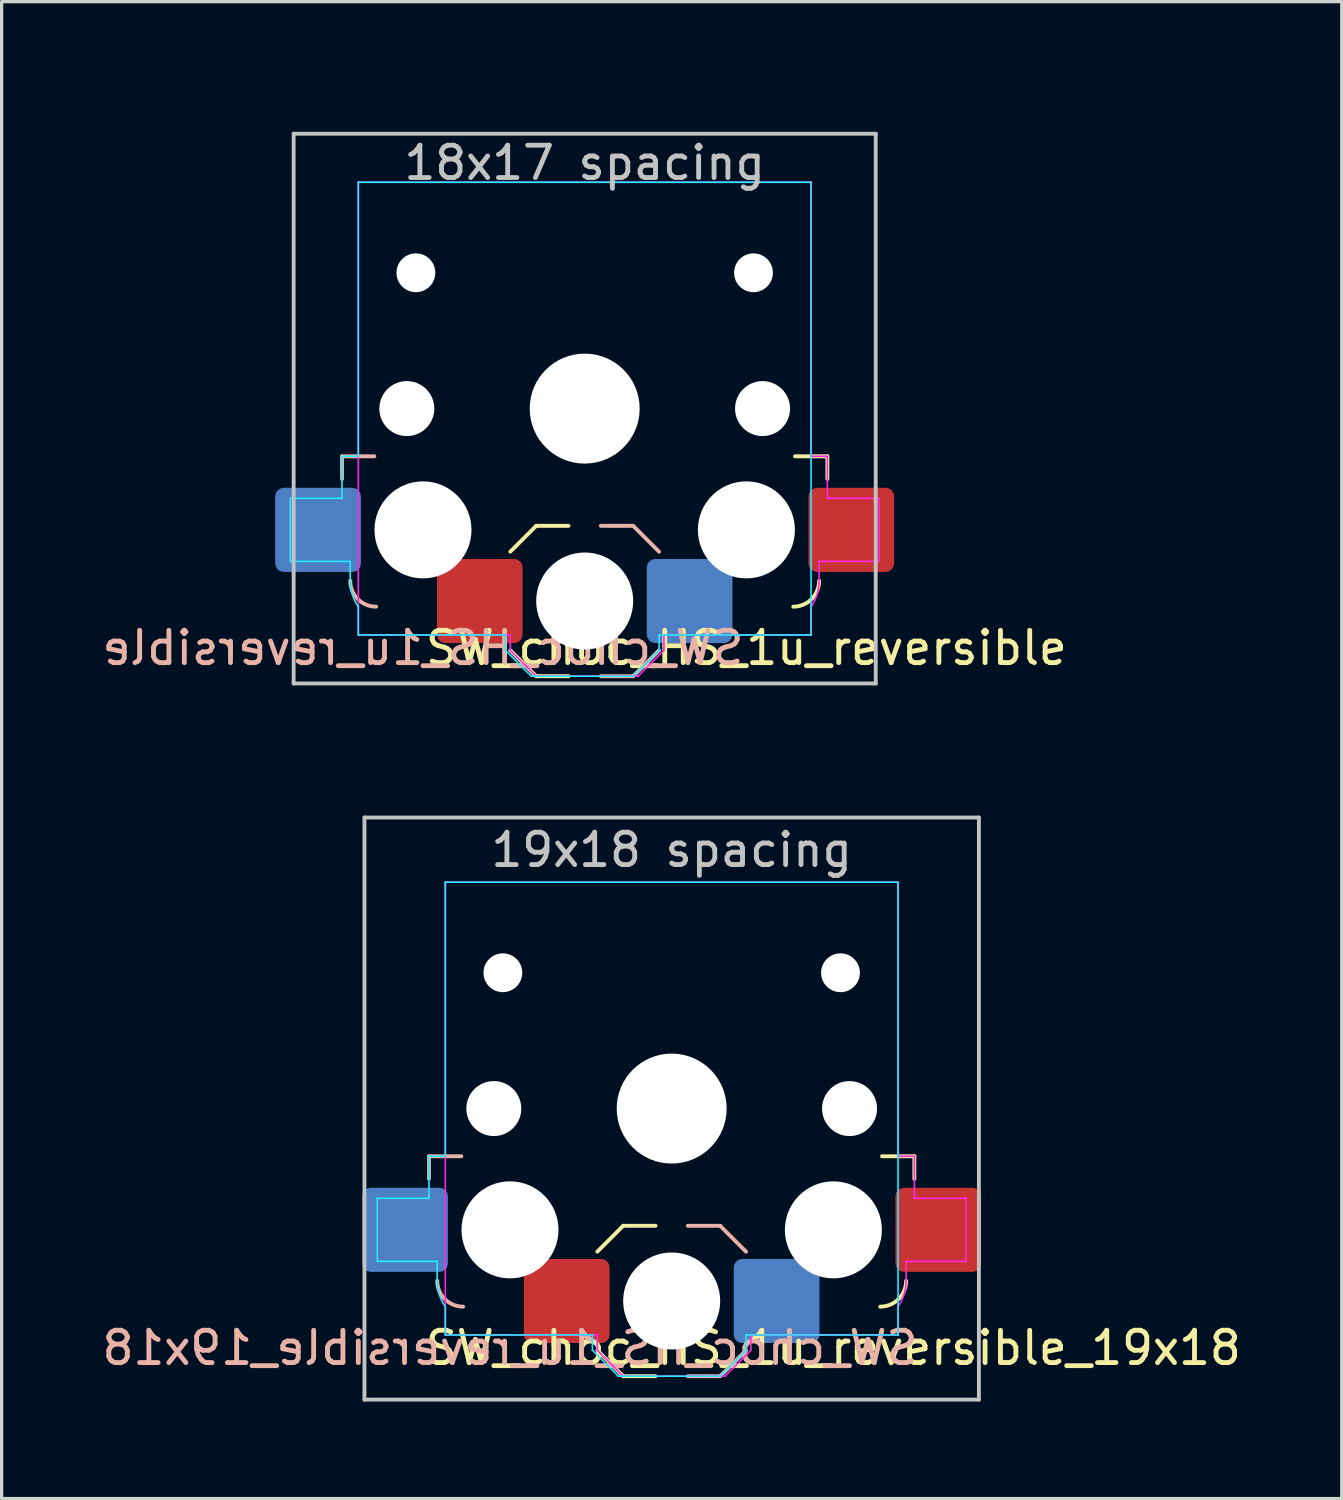
<source format=kicad_pcb>
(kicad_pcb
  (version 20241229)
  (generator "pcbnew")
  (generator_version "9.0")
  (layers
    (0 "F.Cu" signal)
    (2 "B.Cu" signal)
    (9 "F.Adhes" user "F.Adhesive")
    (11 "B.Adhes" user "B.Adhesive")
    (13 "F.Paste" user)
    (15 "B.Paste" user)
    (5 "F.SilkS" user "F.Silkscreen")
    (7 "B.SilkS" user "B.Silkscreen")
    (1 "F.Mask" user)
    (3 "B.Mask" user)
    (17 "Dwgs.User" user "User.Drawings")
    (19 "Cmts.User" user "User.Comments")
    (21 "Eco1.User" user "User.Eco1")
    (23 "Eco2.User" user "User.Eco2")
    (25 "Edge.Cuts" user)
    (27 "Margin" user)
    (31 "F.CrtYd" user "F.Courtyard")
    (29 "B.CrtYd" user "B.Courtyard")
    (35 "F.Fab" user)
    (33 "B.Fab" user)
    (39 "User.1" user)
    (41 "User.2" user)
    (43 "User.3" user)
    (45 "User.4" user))
  (footprint "SW_choc_HS_1u_reversible_19x18"
    (layer "F.Cu")
    (at 17.72 31.23)
    (property "Reference" "SW_choc_HS_1u_reversible_19x18" (at 5 7.4 180) (layer "F.SilkS") (effects (font (size 1 1) (thickness 0.15))))
    (attr smd)
    (fp_line (start -2.3 7.475) (end -1.5 8.275) (stroke (width 0.12) (type solid)) (layer "F.SilkS"))
    (fp_line (start -1.5 3.625) (end -2.3 4.425) (stroke (width 0.12) (type solid)) (layer "F.SilkS"))
    (fp_line (start -1.5 3.625) (end -0.5 3.625) (stroke (width 0.12) (type solid)) (layer "F.SilkS"))
    (fp_line (start -1.5 8.275) (end -0.5 8.275) (stroke (width 0.12) (type solid)) (layer "F.SilkS"))
    (fp_line (start 7.504 1.475) (end 6.504 1.475) (stroke (width 0.12) (type solid)) (layer "F.SilkS"))
    (fp_line (start 7.504 1.475) (end 7.504 2.175) (stroke (width 0.12) (type solid)) (layer "F.SilkS"))
    (fp_arc (start 7.25 5.325) (mid 7.015685 5.890685) (end 6.45 6.125) (stroke (width 0.12) (type solid)) (layer "F.SilkS"))
    (fp_line (start -7.504 1.475) (end -7.504 2.175) (stroke (width 0.12) (type solid)) (layer "B.SilkS"))
    (fp_line (start -7.504 1.475) (end -6.504 1.475) (stroke (width 0.12) (type solid)) (layer "B.SilkS"))
    (fp_line (start 1.5 3.625) (end 0.5 3.625) (stroke (width 0.12) (type solid)) (layer "B.SilkS"))
    (fp_line (start 1.5 3.625) (end 2.3 4.425) (stroke (width 0.12) (type solid)) (layer "B.SilkS"))
    (fp_line (start 1.5 8.275) (end 0.5 8.275) (stroke (width 0.12) (type solid)) (layer "B.SilkS"))
    (fp_line (start 2.3 7.475) (end 1.5 8.275) (stroke (width 0.12) (type solid)) (layer "B.SilkS"))
    (fp_arc (start -6.45 6.125) (mid -7.015685 5.890685) (end -7.25 5.325) (stroke (width 0.12) (type solid)) (layer "B.SilkS"))
    (fp_line (start -9.5 -9) (end -9.5 9) (stroke (width 0.12) (type solid)) (layer "Dwgs.User"))
    (fp_line (start -9.5 9) (end 9.5 9) (stroke (width 0.12) (type solid)) (layer "Dwgs.User"))
    (fp_line (start 9.5 -9) (end -9.5 -9) (stroke (width 0.12) (type solid)) (layer "Dwgs.User"))
    (fp_line (start 9.5 9) (end 9.5 -9) (stroke (width 0.12) (type solid)) (layer "Dwgs.User"))
    (fp_line (start -6.95 -6.45) (end -6.95 6.45) (stroke (width 0.05) (type solid)) (layer "Eco2.User"))
    (fp_line (start -6.45 6.95) (end 6.45 6.95) (stroke (width 0.05) (type solid)) (layer "Eco2.User"))
    (fp_line (start 6.45 -6.95) (end -6.45 -6.95) (stroke (width 0.05) (type solid)) (layer "Eco2.User"))
    (fp_line (start 6.95 6.45) (end 6.95 -6.45) (stroke (width 0.05) (type solid)) (layer "Eco2.User"))
    (fp_arc (start -6.95 -6.45) (mid -6.803553 -6.803553) (end -6.45 -6.95) (stroke (width 0.05) (type solid)) (layer "Eco2.User"))
    (fp_arc (start -6.45 6.95) (mid -6.803553 6.803553) (end -6.95 6.45) (stroke (width 0.05) (type solid)) (layer "Eco2.User"))
    (fp_arc (start 6.45 -6.95) (mid 6.803553 -6.803553) (end 6.95 -6.45) (stroke (width 0.05) (type solid)) (layer "Eco2.User"))
    (fp_arc (start 6.95 6.45) (mid 6.803553 6.803553) (end 6.45 6.95) (stroke (width 0.05) (type solid)) (layer "Eco2.User"))
    (fp_line (start -9.104 2.775) (end -7.504 2.775) (stroke (width 0.05) (type solid)) (layer "B.CrtYd"))
    (fp_line (start -9.104 4.725) (end -9.104 2.775) (stroke (width 0.05) (type solid)) (layer "B.CrtYd"))
    (fp_line (start -7.504 1.475) (end -7.504 2.775) (stroke (width 0.05) (type solid)) (layer "B.CrtYd"))
    (fp_line (start -7.504 1.475) (end -7 1.475) (stroke (width 0.05) (type solid)) (layer "B.CrtYd"))
    (fp_line (start -7.25 4.725) (end -9.104 4.725) (stroke (width 0.05) (type solid)) (layer "B.CrtYd"))
    (fp_line (start -7.25 5.325) (end -7.25 4.725) (stroke (width 0.05) (type solid)) (layer "B.CrtYd"))
    (fp_line (start -7 -7) (end -7 1.475) (stroke (width 0.05) (type solid)) (layer "B.CrtYd"))
    (fp_line (start -7 6.125) (end -7 7) (stroke (width 0.05) (type solid)) (layer "B.CrtYd"))
    (fp_line (start -7 7) (end -2.45 7) (stroke (width 0.05) (type solid)) (layer "B.CrtYd"))
    (fp_line (start -2.45 7.475) (end -2.45 7) (stroke (width 0.05) (type solid)) (layer "B.CrtYd"))
    (fp_line (start -2.45 7.475) (end -1.65 8.275) (stroke (width 0.05) (type solid)) (layer "B.CrtYd"))
    (fp_line (start 1.5 8.275) (end -1.65 8.275) (stroke (width 0.05) (type solid)) (layer "B.CrtYd"))
    (fp_line (start 2.3 7) (end 7 7) (stroke (width 0.05) (type solid)) (layer "B.CrtYd"))
    (fp_line (start 2.3 7.475) (end 1.5 8.275) (stroke (width 0.05) (type solid)) (layer "B.CrtYd"))
    (fp_line (start 2.3 7.475) (end 2.3 7) (stroke (width 0.05) (type solid)) (layer "B.CrtYd"))
    (fp_line (start 7 -7) (end -7 -7) (stroke (width 0.05) (type solid)) (layer "B.CrtYd"))
    (fp_line (start 7 7) (end 7 -7) (stroke (width 0.05) (type solid)) (layer "B.CrtYd"))
    (fp_arc (start -7 6.125) (mid -7.186044 5.744076) (end -7.25 5.325) (stroke (width 0.05) (type solid)) (layer "B.CrtYd"))
    (fp_line (start -7 -7) (end 7 -7) (stroke (width 0.05) (type solid)) (layer "F.CrtYd"))
    (fp_line (start -7 7) (end -7 -7) (stroke (width 0.05) (type solid)) (layer "F.CrtYd"))
    (fp_line (start -2.3 7) (end -7 7) (stroke (width 0.05) (type solid)) (layer "F.CrtYd"))
    (fp_line (start -2.3 7.475) (end -2.3 7) (stroke (width 0.05) (type solid)) (layer "F.CrtYd"))
    (fp_line (start -2.3 7.475) (end -1.5 8.275) (stroke (width 0.05) (type solid)) (layer "F.CrtYd"))
    (fp_line (start -1.5 8.275) (end 1.65 8.275) (stroke (width 0.05) (type solid)) (layer "F.CrtYd"))
    (fp_line (start 2.45 7.475) (end 1.65 8.275) (stroke (width 0.05) (type solid)) (layer "F.CrtYd"))
    (fp_line (start 2.45 7.475) (end 2.45 7) (stroke (width 0.05) (type solid)) (layer "F.CrtYd"))
    (fp_line (start 7 -7) (end 7 1.475) (stroke (width 0.05) (type solid)) (layer "F.CrtYd"))
    (fp_line (start 7 6.125) (end 7 7) (stroke (width 0.05) (type solid)) (layer "F.CrtYd"))
    (fp_line (start 7 7) (end 2.45 7) (stroke (width 0.05) (type solid)) (layer "F.CrtYd"))
    (fp_line (start 7.25 4.725) (end 9.104 4.725) (stroke (width 0.05) (type solid)) (layer "F.CrtYd"))
    (fp_line (start 7.25 5.325) (end 7.25 4.725) (stroke (width 0.05) (type solid)) (layer "F.CrtYd"))
    (fp_line (start 7.504 1.475) (end 7 1.475) (stroke (width 0.05) (type solid)) (layer "F.CrtYd"))
    (fp_line (start 7.504 1.475) (end 7.504 2.775) (stroke (width 0.05) (type solid)) (layer "F.CrtYd"))
    (fp_line (start 9.104 2.775) (end 7.504 2.775) (stroke (width 0.05) (type solid)) (layer "F.CrtYd"))
    (fp_line (start 9.104 4.725) (end 9.104 2.775) (stroke (width 0.05) (type solid)) (layer "F.CrtYd"))
    (fp_arc (start 7.25 5.325) (mid 7.186044 5.744076) (end 7 6.125) (stroke (width 0.05) (type solid)) (layer "F.CrtYd"))
    (fp_text user "${REFERENCE}" (at -5 7.4 180) (layer "B.SilkS") (effects (font (size 1 1) (thickness 0.15)) (justify mirror)))
    (fp_text user "19x18 spacing" (at 0 -8 180) (layer "Dwgs.User") (effects (font (size 1 1) (thickness 0.15))))
    (pad "" np_thru_hole circle (at -5.5 0 180) (size 1.7 1.7) (drill 1.7) (layers "*.Cu" "*.Mask"))
    (pad "" np_thru_hole circle (at -5.22 -4.2 180) (size 1.2 1.2) (drill 1.2) (layers "*.Cu" "*.Mask"))
    (pad "" np_thru_hole circle (at -5 3.75) (size 3 3) (drill 3) (layers "*.Cu" "*.Mask"))
    (pad "" np_thru_hole circle (at 0 0 180) (size 3.4 3.4) (drill 3.4) (layers "*.Cu" "*.Mask"))
    (pad "" np_thru_hole circle (at 0 5.95) (size 3 3) (drill 3) (layers "*.Cu" "*.Mask"))
    (pad "" np_thru_hole circle (at 5 3.75) (size 3 3) (drill 3) (layers "*.Cu" "*.Mask"))
    (pad "" np_thru_hole circle (at 5.22 -4.2 180) (size 1.2 1.2) (drill 1.2) (layers "*.Cu" "*.Mask"))
    (pad "" np_thru_hole circle (at 5.5 0 180) (size 1.7 1.7) (drill 1.7) (layers "*.Cu" "*.Mask"))
    (pad "1" smd roundrect (at -8.245 3.75) (size 2.65 2.6) (layers "B.Cu" "B.Mask" "B.Paste") (roundrect_rratio 0.1))
    (pad "1" smd roundrect (at 8.245 3.75) (size 2.65 2.6) (layers "F.Cu" "F.Mask" "F.Paste") (roundrect_rratio 0.1))
    (pad "2" smd roundrect (at -3.245 5.95) (size 2.65 2.6) (layers "F.Cu" "F.Mask" "F.Paste") (roundrect_rratio 0.1))
    (pad "2" smd roundrect (at 3.245 5.95) (size 2.65 2.6) (layers "B.Cu" "B.Mask" "B.Paste") (roundrect_rratio 0.1)))
  (footprint "SW_choc_HS_1u_reversible"
    (layer "F.Cu")
    (at 15.03 9.585)
    (property "Reference" "SW_choc_HS_1u_reversible" (at 5 7.4 180) (layer "F.SilkS") (effects (font (size 1 1) (thickness 0.15))))
    (attr smd)
    (fp_line (start -2.3 7.475) (end -1.5 8.275) (stroke (width 0.12) (type solid)) (layer "F.SilkS"))
    (fp_line (start -1.5 3.625) (end -2.3 4.425) (stroke (width 0.12) (type solid)) (layer "F.SilkS"))
    (fp_line (start -1.5 3.625) (end -0.5 3.625) (stroke (width 0.12) (type solid)) (layer "F.SilkS"))
    (fp_line (start -1.5 8.275) (end -0.5 8.275) (stroke (width 0.12) (type solid)) (layer "F.SilkS"))
    (fp_line (start 7.504 1.475) (end 6.504 1.475) (stroke (width 0.12) (type solid)) (layer "F.SilkS"))
    (fp_line (start 7.504 1.475) (end 7.504 2.175) (stroke (width 0.12) (type solid)) (layer "F.SilkS"))
    (fp_arc (start 7.25 5.325) (mid 7.015685 5.890685) (end 6.45 6.125) (stroke (width 0.12) (type solid)) (layer "F.SilkS"))
    (fp_line (start -7.504 1.475) (end -7.504 2.175) (stroke (width 0.12) (type solid)) (layer "B.SilkS"))
    (fp_line (start -7.504 1.475) (end -6.504 1.475) (stroke (width 0.12) (type solid)) (layer "B.SilkS"))
    (fp_line (start 1.5 3.625) (end 0.5 3.625) (stroke (width 0.12) (type solid)) (layer "B.SilkS"))
    (fp_line (start 1.5 3.625) (end 2.3 4.425) (stroke (width 0.12) (type solid)) (layer "B.SilkS"))
    (fp_line (start 1.5 8.275) (end 0.5 8.275) (stroke (width 0.12) (type solid)) (layer "B.SilkS"))
    (fp_line (start 2.3 7.475) (end 1.5 8.275) (stroke (width 0.12) (type solid)) (layer "B.SilkS"))
    (fp_arc (start -6.45 6.125) (mid -7.015685 5.890685) (end -7.25 5.325) (stroke (width 0.12) (type solid)) (layer "B.SilkS"))
    (fp_line (start -9 -8.5) (end -9 8.5) (stroke (width 0.12) (type solid)) (layer "Dwgs.User"))
    (fp_line (start -9 8.5) (end 9 8.5) (stroke (width 0.12) (type solid)) (layer "Dwgs.User"))
    (fp_line (start 9 -8.5) (end -9 -8.5) (stroke (width 0.12) (type solid)) (layer "Dwgs.User"))
    (fp_line (start 9 8.5) (end 9 -8.5) (stroke (width 0.12) (type solid)) (layer "Dwgs.User"))
    (fp_line (start -9.525 -9.525) (end 9.525 -9.525) (stroke (width 0.12) (type solid)) (layer "Eco1.User"))
    (fp_line (start -9.525 9.525) (end -9.525 -9.525) (stroke (width 0.12) (type solid)) (layer "Eco1.User"))
    (fp_line (start 9.525 -9.525) (end 9.525 9.525) (stroke (width 0.12) (type solid)) (layer "Eco1.User"))
    (fp_line (start 9.525 9.525) (end -9.525 9.525) (stroke (width 0.12) (type solid)) (layer "Eco1.User"))
    (fp_line (start -6.95 -6.45) (end -6.95 6.45) (stroke (width 0.05) (type solid)) (layer "Eco2.User"))
    (fp_line (start -6.45 6.95) (end 6.45 6.95) (stroke (width 0.05) (type solid)) (layer "Eco2.User"))
    (fp_line (start 6.45 -6.95) (end -6.45 -6.95) (stroke (width 0.05) (type solid)) (layer "Eco2.User"))
    (fp_line (start 6.95 6.45) (end 6.95 -6.45) (stroke (width 0.05) (type solid)) (layer "Eco2.User"))
    (fp_arc (start -6.95 -6.45) (mid -6.803553 -6.803553) (end -6.45 -6.95) (stroke (width 0.05) (type solid)) (layer "Eco2.User"))
    (fp_arc (start -6.45 6.95) (mid -6.803553 6.803553) (end -6.95 6.45) (stroke (width 0.05) (type solid)) (layer "Eco2.User"))
    (fp_arc (start 6.45 -6.95) (mid 6.803553 -6.803553) (end 6.95 -6.45) (stroke (width 0.05) (type solid)) (layer "Eco2.User"))
    (fp_arc (start 6.95 6.45) (mid 6.803553 6.803553) (end 6.45 6.95) (stroke (width 0.05) (type solid)) (layer "Eco2.User"))
    (fp_line (start -9.104 2.775) (end -7.504 2.775) (stroke (width 0.05) (type solid)) (layer "B.CrtYd"))
    (fp_line (start -9.104 4.725) (end -9.104 2.775) (stroke (width 0.05) (type solid)) (layer "B.CrtYd"))
    (fp_line (start -7.504 1.475) (end -7.504 2.775) (stroke (width 0.05) (type solid)) (layer "B.CrtYd"))
    (fp_line (start -7.504 1.475) (end -7 1.475) (stroke (width 0.05) (type solid)) (layer "B.CrtYd"))
    (fp_line (start -7.25 4.725) (end -9.104 4.725) (stroke (width 0.05) (type solid)) (layer "B.CrtYd"))
    (fp_line (start -7.25 5.325) (end -7.25 4.725) (stroke (width 0.05) (type solid)) (layer "B.CrtYd"))
    (fp_line (start -7 -7) (end -7 1.475) (stroke (width 0.05) (type solid)) (layer "B.CrtYd"))
    (fp_line (start -7 6.125) (end -7 7) (stroke (width 0.05) (type solid)) (layer "B.CrtYd"))
    (fp_line (start -7 7) (end -2.45 7) (stroke (width 0.05) (type solid)) (layer "B.CrtYd"))
    (fp_line (start -2.45 7.475) (end -2.45 7) (stroke (width 0.05) (type solid)) (layer "B.CrtYd"))
    (fp_line (start -2.45 7.475) (end -1.65 8.275) (stroke (width 0.05) (type solid)) (layer "B.CrtYd"))
    (fp_line (start 1.5 8.275) (end -1.65 8.275) (stroke (width 0.05) (type solid)) (layer "B.CrtYd"))
    (fp_line (start 2.3 7) (end 7 7) (stroke (width 0.05) (type solid)) (layer "B.CrtYd"))
    (fp_line (start 2.3 7.475) (end 1.5 8.275) (stroke (width 0.05) (type solid)) (layer "B.CrtYd"))
    (fp_line (start 2.3 7.475) (end 2.3 7) (stroke (width 0.05) (type solid)) (layer "B.CrtYd"))
    (fp_line (start 7 -7) (end -7 -7) (stroke (width 0.05) (type solid)) (layer "B.CrtYd"))
    (fp_line (start 7 7) (end 7 -7) (stroke (width 0.05) (type solid)) (layer "B.CrtYd"))
    (fp_arc (start -7 6.125) (mid -7.186044 5.744076) (end -7.25 5.325) (stroke (width 0.05) (type solid)) (layer "B.CrtYd"))
    (fp_line (start -7 -7) (end 7 -7) (stroke (width 0.05) (type solid)) (layer "F.CrtYd"))
    (fp_line (start -7 7) (end -7 -7) (stroke (width 0.05) (type solid)) (layer "F.CrtYd"))
    (fp_line (start -2.3 7) (end -7 7) (stroke (width 0.05) (type solid)) (layer "F.CrtYd"))
    (fp_line (start -2.3 7.475) (end -2.3 7) (stroke (width 0.05) (type solid)) (layer "F.CrtYd"))
    (fp_line (start -2.3 7.475) (end -1.5 8.275) (stroke (width 0.05) (type solid)) (layer "F.CrtYd"))
    (fp_line (start -1.5 8.275) (end 1.65 8.275) (stroke (width 0.05) (type solid)) (layer "F.CrtYd"))
    (fp_line (start 2.45 7.475) (end 1.65 8.275) (stroke (width 0.05) (type solid)) (layer "F.CrtYd"))
    (fp_line (start 2.45 7.475) (end 2.45 7) (stroke (width 0.05) (type solid)) (layer "F.CrtYd"))
    (fp_line (start 7 -7) (end 7 1.475) (stroke (width 0.05) (type solid)) (layer "F.CrtYd"))
    (fp_line (start 7 6.125) (end 7 7) (stroke (width 0.05) (type solid)) (layer "F.CrtYd"))
    (fp_line (start 7 7) (end 2.45 7) (stroke (width 0.05) (type solid)) (layer "F.CrtYd"))
    (fp_line (start 7.25 4.725) (end 9.104 4.725) (stroke (width 0.05) (type solid)) (layer "F.CrtYd"))
    (fp_line (start 7.25 5.325) (end 7.25 4.725) (stroke (width 0.05) (type solid)) (layer "F.CrtYd"))
    (fp_line (start 7.504 1.475) (end 7 1.475) (stroke (width 0.05) (type solid)) (layer "F.CrtYd"))
    (fp_line (start 7.504 1.475) (end 7.504 2.775) (stroke (width 0.05) (type solid)) (layer "F.CrtYd"))
    (fp_line (start 9.104 2.775) (end 7.504 2.775) (stroke (width 0.05) (type solid)) (layer "F.CrtYd"))
    (fp_line (start 9.104 4.725) (end 9.104 2.775) (stroke (width 0.05) (type solid)) (layer "F.CrtYd"))
    (fp_arc (start 7.25 5.325) (mid 7.186044 5.744076) (end 7 6.125) (stroke (width 0.05) (type solid)) (layer "F.CrtYd"))
    (fp_text user "${REFERENCE}" (at -5 7.4 180) (layer "B.SilkS") (effects (font (size 1 1) (thickness 0.15)) (justify mirror)))
    (fp_text user "18x17 spacing" (at 0 -7.6 180) (layer "Dwgs.User") (effects (font (size 1 1) (thickness 0.15))))
    (fp_text user "19.05 spacing" (at 0 -8.7 180) (layer "Eco1.User") (effects (font (size 1 1) (thickness 0.15))))
    (pad "" np_thru_hole circle (at -5.5 0 180) (size 1.7 1.7) (drill 1.7) (layers "*.Cu" "*.Mask"))
    (pad "" np_thru_hole circle (at -5.22 -4.2 180) (size 1.2 1.2) (drill 1.2) (layers "*.Cu" "*.Mask"))
    (pad "" np_thru_hole circle (at -5 3.75) (size 3 3) (drill 3) (layers "*.Cu" "*.Mask"))
    (pad "" np_thru_hole circle (at 0 0 180) (size 3.4 3.4) (drill 3.4) (layers "*.Cu" "*.Mask"))
    (pad "" np_thru_hole circle (at 0 5.95) (size 3 3) (drill 3) (layers "*.Cu" "*.Mask"))
    (pad "" np_thru_hole circle (at 5 3.75) (size 3 3) (drill 3) (layers "*.Cu" "*.Mask"))
    (pad "" np_thru_hole circle (at 5.22 -4.2 180) (size 1.2 1.2) (drill 1.2) (layers "*.Cu" "*.Mask"))
    (pad "" np_thru_hole circle (at 5.5 0 180) (size 1.7 1.7) (drill 1.7) (layers "*.Cu" "*.Mask"))
    (pad "1" smd roundrect (at -8.245 3.75) (size 2.65 2.6) (layers "B.Cu" "B.Mask" "B.Paste") (roundrect_rratio 0.1))
    (pad "1" smd roundrect (at 8.245 3.75) (size 2.65 2.6) (layers "F.Cu" "F.Mask" "F.Paste") (roundrect_rratio 0.1))
    (pad "2" smd roundrect (at -3.245 5.95) (size 2.65 2.6) (layers "F.Cu" "F.Mask" "F.Paste") (roundrect_rratio 0.1))
    (pad "2" smd roundrect (at 3.245 5.95) (size 2.65 2.6) (layers "B.Cu" "B.Mask" "B.Paste") (roundrect_rratio 0.1)))
  (gr_rect
    (start -3 -3)
    (end 38.44 43.29)
    (stroke (width 0.1) (type default))
    (fill no)
    (layer "Edge.Cuts")))
</source>
